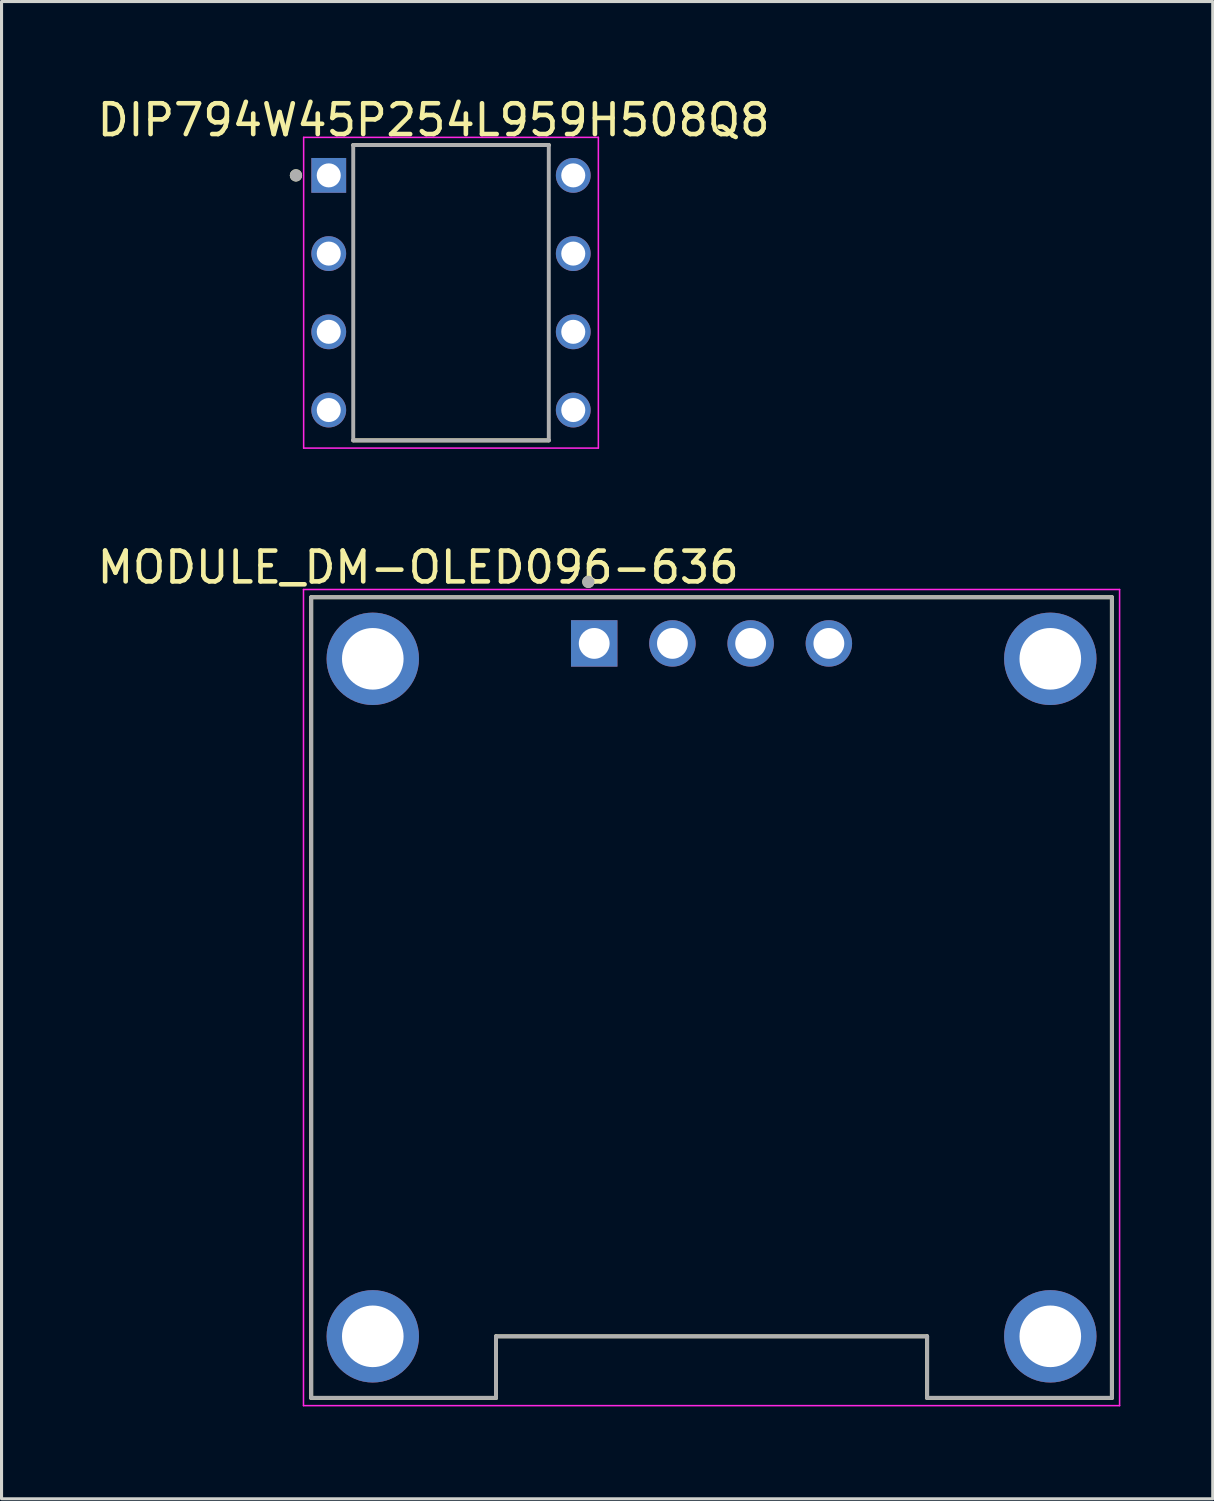
<source format=kicad_pcb>
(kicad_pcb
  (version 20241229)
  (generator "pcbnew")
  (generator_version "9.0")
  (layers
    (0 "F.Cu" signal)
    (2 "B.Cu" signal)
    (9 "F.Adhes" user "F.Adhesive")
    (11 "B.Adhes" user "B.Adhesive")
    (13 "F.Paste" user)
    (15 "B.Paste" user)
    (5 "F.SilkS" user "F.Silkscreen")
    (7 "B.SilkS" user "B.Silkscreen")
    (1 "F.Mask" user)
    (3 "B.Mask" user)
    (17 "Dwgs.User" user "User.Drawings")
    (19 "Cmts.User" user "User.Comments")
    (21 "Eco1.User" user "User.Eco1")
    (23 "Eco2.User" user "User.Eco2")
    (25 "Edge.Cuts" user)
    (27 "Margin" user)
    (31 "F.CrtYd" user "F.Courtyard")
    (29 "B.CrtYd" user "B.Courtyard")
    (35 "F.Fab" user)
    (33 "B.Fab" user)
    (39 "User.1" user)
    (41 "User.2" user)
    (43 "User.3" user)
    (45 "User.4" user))
  (footprint "DIP794W45P254L959H508Q8"
    (layer "F.Cu")
    (at 11.595 6.455)
    (property "Reference" "DIP794W45P254L959H508Q8" (at -0.565 -5.607 0) (layer "F.SilkS") (effects (font (size 1 1) (thickness 0.15))))
    (attr through_hole)
    (fp_line (start -3.175 -4.795) (end 3.175 -4.795) (stroke (width 0.127) (type solid)) (layer "F.SilkS"))
    (fp_line (start -3.175 4.795) (end 3.175 4.795) (stroke (width 0.127) (type solid)) (layer "F.SilkS"))
    (fp_circle (center -5.035 -3.81) (end -4.935 -3.81) (stroke (width 0.2) (type solid)) (fill no) (layer "F.SilkS"))
    (fp_line (start -4.785 -5.045) (end -4.785 5.045) (stroke (width 0.05) (type solid)) (layer "F.CrtYd"))
    (fp_line (start 4.785 -5.045) (end -4.785 -5.045) (stroke (width 0.05) (type solid)) (layer "F.CrtYd"))
    (fp_line (start 4.785 -5.045) (end 4.785 5.045) (stroke (width 0.05) (type solid)) (layer "F.CrtYd"))
    (fp_line (start 4.785 5.045) (end -4.785 5.045) (stroke (width 0.05) (type solid)) (layer "F.CrtYd"))
    (fp_line (start -3.175 -4.795) (end -3.175 4.795) (stroke (width 0.127) (type solid)) (layer "F.Fab"))
    (fp_line (start -3.175 -4.795) (end 3.175 -4.795) (stroke (width 0.127) (type solid)) (layer "F.Fab"))
    (fp_line (start -3.175 4.795) (end 3.175 4.795) (stroke (width 0.127) (type solid)) (layer "F.Fab"))
    (fp_line (start 3.175 -4.795) (end 3.175 4.795) (stroke (width 0.127) (type solid)) (layer "F.Fab"))
    (fp_circle (center -5.035 -3.81) (end -4.935 -3.81) (stroke (width 0.2) (type solid)) (fill no) (layer "F.Fab"))
    (pad "1" thru_hole rect (at -3.97 -3.81) (size 1.13 1.13) (drill 0.78) (layers "*.Cu" "*.Mask"))
    (pad "2" thru_hole circle (at -3.97 -1.27) (size 1.13 1.13) (drill 0.78) (layers "*.Cu" "*.Mask"))
    (pad "3" thru_hole circle (at -3.97 1.27) (size 1.13 1.13) (drill 0.78) (layers "*.Cu" "*.Mask"))
    (pad "4" thru_hole circle (at -3.97 3.81) (size 1.13 1.13) (drill 0.78) (layers "*.Cu" "*.Mask"))
    (pad "5" thru_hole circle (at 3.97 3.81) (size 1.13 1.13) (drill 0.78) (layers "*.Cu" "*.Mask"))
    (pad "6" thru_hole circle (at 3.97 1.27) (size 1.13 1.13) (drill 0.78) (layers "*.Cu" "*.Mask"))
    (pad "7" thru_hole circle (at 3.97 -1.27) (size 1.13 1.13) (drill 0.78) (layers "*.Cu" "*.Mask"))
    (pad "8" thru_hole circle (at 3.97 -3.81) (size 1.13 1.13) (drill 0.78) (layers "*.Cu" "*.Mask")))
  (footprint "MODULE_DM-OLED096-636"
    (layer "F.Cu")
    (at 20.055 29.343)
    (property "Reference" "MODULE_DM-OLED096-636" (at -9.525 -13.97 0) (layer "F.SilkS") (effects (font (size 1 1) (thickness 0.15))))
    (attr through_hole)
    (fp_line (start -13 -13) (end 13 -13) (stroke (width 0.127) (type solid)) (layer "F.SilkS"))
    (fp_line (start -13 13) (end -13 -13) (stroke (width 0.127) (type solid)) (layer "F.SilkS"))
    (fp_line (start -7 11) (end -7 13) (stroke (width 0.127) (type solid)) (layer "F.SilkS"))
    (fp_line (start -7 13) (end -13 13) (stroke (width 0.127) (type solid)) (layer "F.SilkS"))
    (fp_line (start 7 11) (end -7 11) (stroke (width 0.127) (type solid)) (layer "F.SilkS"))
    (fp_line (start 7 13) (end 7 11) (stroke (width 0.127) (type solid)) (layer "F.SilkS"))
    (fp_line (start 13 -13) (end 13 13) (stroke (width 0.127) (type solid)) (layer "F.SilkS"))
    (fp_line (start 13 13) (end 7 13) (stroke (width 0.127) (type solid)) (layer "F.SilkS"))
    (fp_circle (center -4 -13.5) (end -3.9 -13.5) (stroke (width 0.2) (type solid)) (fill no) (layer "F.SilkS"))
    (fp_line (start -13.25 -13.25) (end 13.25 -13.25) (stroke (width 0.05) (type solid)) (layer "F.CrtYd"))
    (fp_line (start -13.25 13.25) (end -13.25 -13.25) (stroke (width 0.05) (type solid)) (layer "F.CrtYd"))
    (fp_line (start 13.25 -13.25) (end 13.25 13.25) (stroke (width 0.05) (type solid)) (layer "F.CrtYd"))
    (fp_line (start 13.25 13.25) (end -13.25 13.25) (stroke (width 0.05) (type solid)) (layer "F.CrtYd"))
    (fp_line (start -13 -13) (end 13 -13) (stroke (width 0.127) (type solid)) (layer "F.Fab"))
    (fp_line (start -13 13) (end -13 -13) (stroke (width 0.127) (type solid)) (layer "F.Fab"))
    (fp_line (start -7 11) (end 7 11) (stroke (width 0.127) (type solid)) (layer "F.Fab"))
    (fp_line (start -7 13) (end -13 13) (stroke (width 0.127) (type solid)) (layer "F.Fab"))
    (fp_line (start -7 13) (end -7 11) (stroke (width 0.127) (type solid)) (layer "F.Fab"))
    (fp_line (start 7 11) (end 7 13) (stroke (width 0.127) (type solid)) (layer "F.Fab"))
    (fp_line (start 13 -13) (end 13 13) (stroke (width 0.127) (type solid)) (layer "F.Fab"))
    (fp_line (start 13 13) (end 7 13) (stroke (width 0.127) (type solid)) (layer "F.Fab"))
    (fp_circle (center -4 -13.5) (end -3.9 -13.5) (stroke (width 0.2) (type solid)) (fill no) (layer "F.Fab"))
    (pad "1" thru_hole rect (at -3.81 -11.5) (size 1.508 1.508) (drill 1) (layers "*.Cu" "*.Mask"))
    (pad "2" thru_hole circle (at -1.27 -11.5) (size 1.508 1.508) (drill 1) (layers "*.Cu" "*.Mask"))
    (pad "3" thru_hole circle (at 1.27 -11.5) (size 1.508 1.508) (drill 1) (layers "*.Cu" "*.Mask"))
    (pad "4" thru_hole circle (at 3.81 -11.5) (size 1.508 1.508) (drill 1) (layers "*.Cu" "*.Mask"))
    (pad "S1" thru_hole circle (at -11 -11) (size 3 3) (drill 2) (layers "*.Cu" "*.Mask"))
    (pad "S2" thru_hole circle (at 11 -11) (size 3 3) (drill 2) (layers "*.Cu" "*.Mask"))
    (pad "S3" thru_hole circle (at 11 11) (size 3 3) (drill 2) (layers "*.Cu" "*.Mask"))
    (pad "S4" thru_hole circle (at -11 11) (size 3 3) (drill 2) (layers "*.Cu" "*.Mask")))
  (gr_rect
    (start -3 -3)
    (end 36.33 45.618)
    (stroke (width 0.1) (type default))
    (fill no)
    (layer "Edge.Cuts")))
</source>
